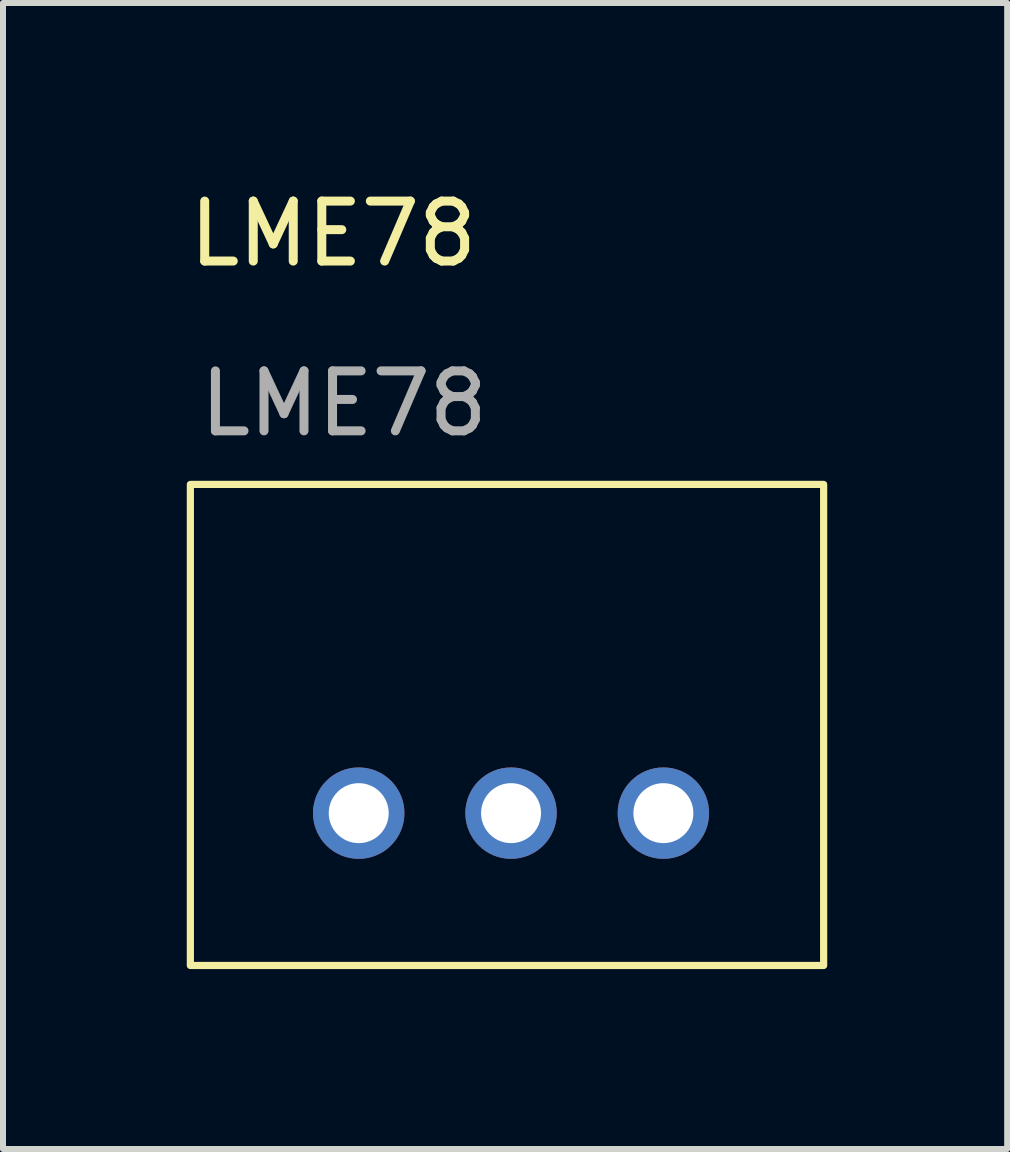
<source format=kicad_pcb>
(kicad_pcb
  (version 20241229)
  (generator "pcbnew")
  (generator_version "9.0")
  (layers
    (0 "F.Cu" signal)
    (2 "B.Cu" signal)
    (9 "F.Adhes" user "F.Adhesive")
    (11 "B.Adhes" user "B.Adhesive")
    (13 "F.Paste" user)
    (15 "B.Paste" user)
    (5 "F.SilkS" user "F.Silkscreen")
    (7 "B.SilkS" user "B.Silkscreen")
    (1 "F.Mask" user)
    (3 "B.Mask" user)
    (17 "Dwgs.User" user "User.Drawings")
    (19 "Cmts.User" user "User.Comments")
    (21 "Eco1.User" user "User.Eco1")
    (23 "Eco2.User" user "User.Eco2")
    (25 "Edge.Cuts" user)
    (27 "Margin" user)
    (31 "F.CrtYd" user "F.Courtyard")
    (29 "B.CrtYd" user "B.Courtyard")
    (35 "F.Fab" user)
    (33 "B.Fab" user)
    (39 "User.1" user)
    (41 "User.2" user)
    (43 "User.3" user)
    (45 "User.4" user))
  (footprint "LME78"
    (layer "F.Cu")
    (at 0.391 5.428)
    (property "Reference" "LME78" (at 2.115 -4.58 0) (unlocked yes) (layer "F.SilkS") (effects (font (size 1 1) (thickness 0.15))))
    (attr through_hole)
    (fp_rect (start -0.267 -0.401) (end 10.292 7.62) (stroke (width 0.12) (type solid)) (fill no) (layer "F.SilkS"))
    (fp_text user "${REFERENCE}" (at 2.294 -1.749 0) (unlocked yes) (layer "F.Fab") (effects (font (size 1 1) (thickness 0.15))))
    (pad "1" thru_hole circle (at 2.54 5.08) (size 1.524 1.524) (drill 1) (layers "*.Cu" "*.Mask"))
    (pad "2" thru_hole circle (at 5.08 5.08) (size 1.524 1.524) (drill 1) (layers "*.Cu" "*.Mask"))
    (pad "3" thru_hole circle (at 7.62 5.08) (size 1.524 1.524) (drill 1) (layers "*.Cu" "*.Mask")))
  (gr_rect
    (start -3 -3)
    (end 13.743 16.108)
    (stroke (width 0.1) (type default))
    (fill no)
    (layer "Edge.Cuts")))
</source>
